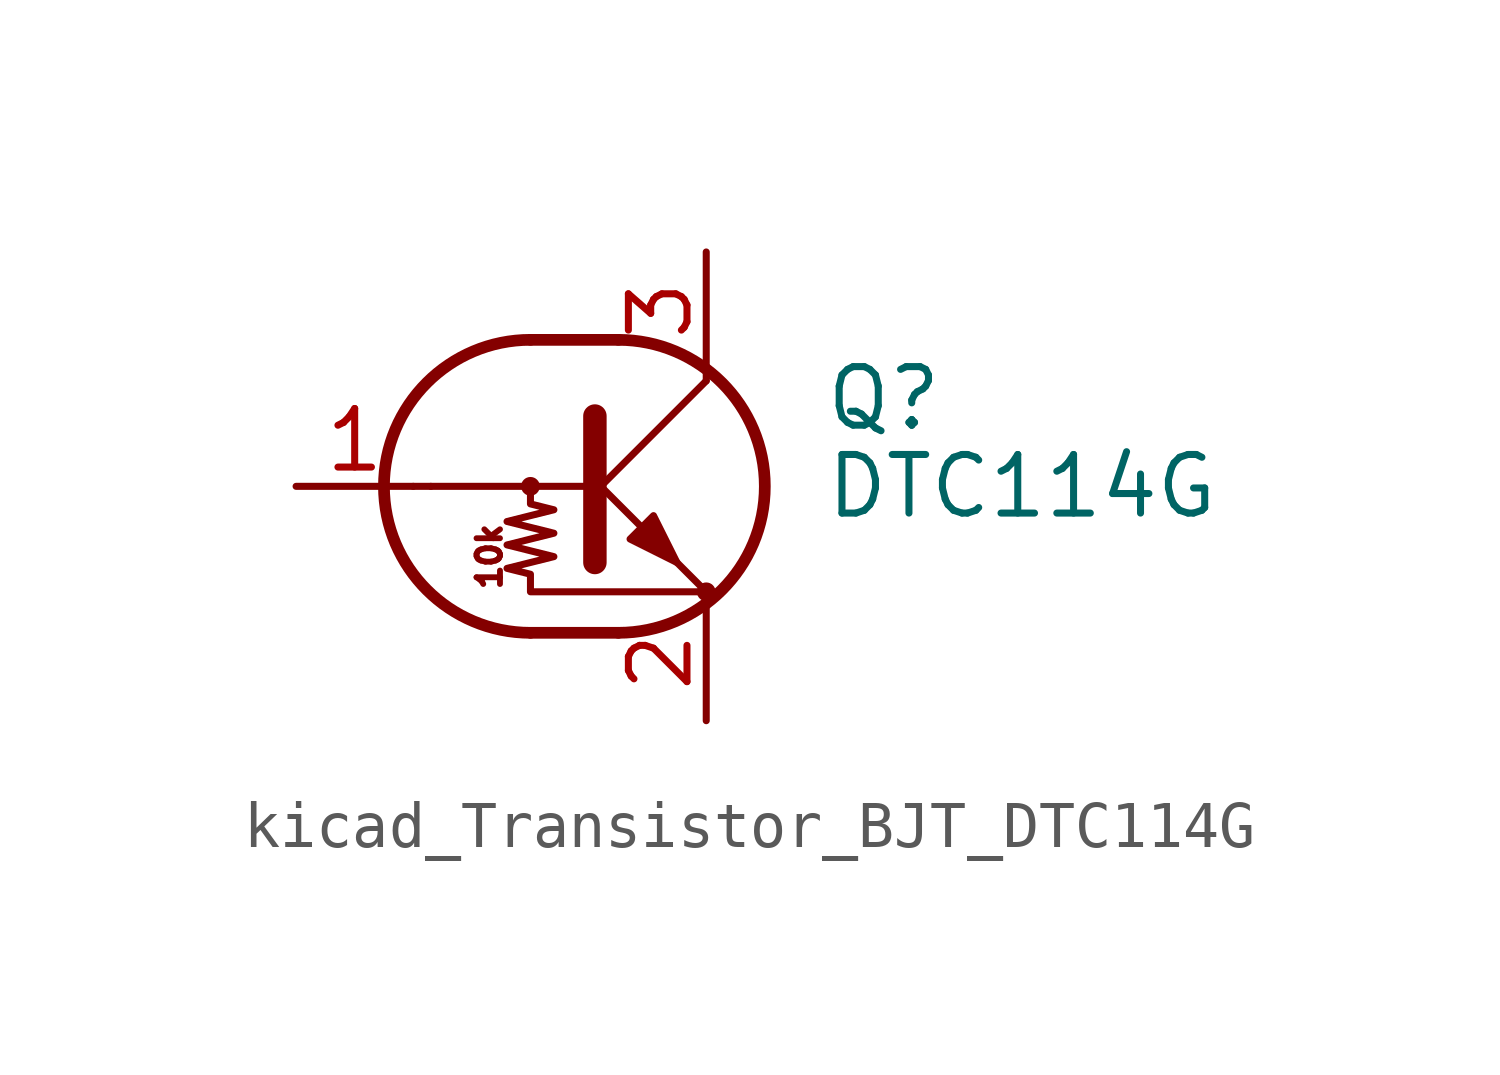
<source format=kicad_sym>
(kicad_symbol_lib
  (version 20220914)
  (generator kicad_symbol_editor)
  (symbol "kicad_Transistor_BJT_DTC114G"
    (pin_names
      (offset 0) hide)
    (property "Reference" "Q"
      (at 5.08 1.905 0)
      (effects (font (size 1.27 1.27)) (justify left)))
    (property "Value" "DTC114G"
      (at 5.08 0 0)
      (effects (font (size 1.27 1.27)) (justify left)))
    (symbol "kicad_Transistor_BJT_DTC114G_0_0"
      (polyline (pts (xy -3.429 0) (xy 0 0)) (stroke (width 0) (type default)) (fill (type none)))
      (text "10k" (at -2.159 -1.524 900) (effects (font (size 0.508 0.508)))))
    (symbol "kicad_Transistor_BJT_DTC114G_0_1"
      (circle (center -1.27 0) (radius 0.127) (stroke (width 0) (type default)) (fill (type none)))
      (arc (start -1.27 3.175) (mid -4.4312 0) (end -1.27 -3.175) (stroke (width 0.254) (type default)) (fill (type none)))
      (polyline (pts (xy -3.429 0) (xy -3.81 0)) (stroke (width 0) (type default)) (fill (type none)))
      (polyline (pts (xy -1.27 -3.175) (xy 0.635 -3.175)) (stroke (width 0.254) (type default)) (fill (type none)))
      (polyline (pts (xy -1.27 3.175) (xy 0.635 3.175)) (stroke (width 0.254) (type default)) (fill (type none)))
      (polyline (pts (xy 0 -0.254) (xy 2.54 2.286)) (stroke (width 0) (type default)) (fill (type none)))
      (polyline (pts (xy 0.127 1.524) (xy 0.127 -1.651)) (stroke (width 0.508) (type default)) (fill (type outline)))
      (polyline (pts (xy 2.54 2.286) (xy 2.54 2.54)) (stroke (width 0) (type default)) (fill (type none)))
      (polyline (pts (xy 2.54 -2.286) (xy 0 0.254) (xy 0 0.254)) (stroke (width 0) (type default)) (fill (type none)))
      (polyline (pts (xy 0.889 -1.143) (xy 1.397 -0.635) (xy 1.905 -1.651) (xy 0.889 -1.143)) (stroke (width 0) (type default)) (fill (type outline)))
      (polyline (pts (xy -1.27 0) (xy -1.27 -0.381) (xy -0.762 -0.508) (xy -1.778 -0.762) (xy -0.762 -1.016) (xy -1.778 -1.27) (xy -0.762 -1.524) (xy -1.778 -1.778) (xy -1.27 -1.905) (xy -1.27 -2.286) (xy 2.54 -2.286)) (stroke (width 0) (type default)) (fill (type none)))
      (arc (start 0.635 -3.175) (mid 3.7962 0) (end 0.635 3.175) (stroke (width 0.254) (type default)) (fill (type none)))
      (circle (center 2.54 -2.286) (radius 0.127) (stroke (width 0) (type default)) (fill (type none))))
    (symbol "kicad_Transistor_BJT_DTC114G_1_1"
      (pin input line (at -6.35 0 0) (length 2.54) (name "B" (effects (font (size 1.27 1.27)))) (number "1" (effects (font (size 1.27 1.27)))))
      (pin passive line (at 2.54 -5.08 90) (length 2.54) (name "E" (effects (font (size 1.27 1.27)))) (number "2" (effects (font (size 1.27 1.27)))))
      (pin passive line (at 2.54 5.08 270) (length 2.54) (name "C" (effects (font (size 1.27 1.27)))) (number "3" (effects (font (size 1.27 1.27))))))))
</source>
